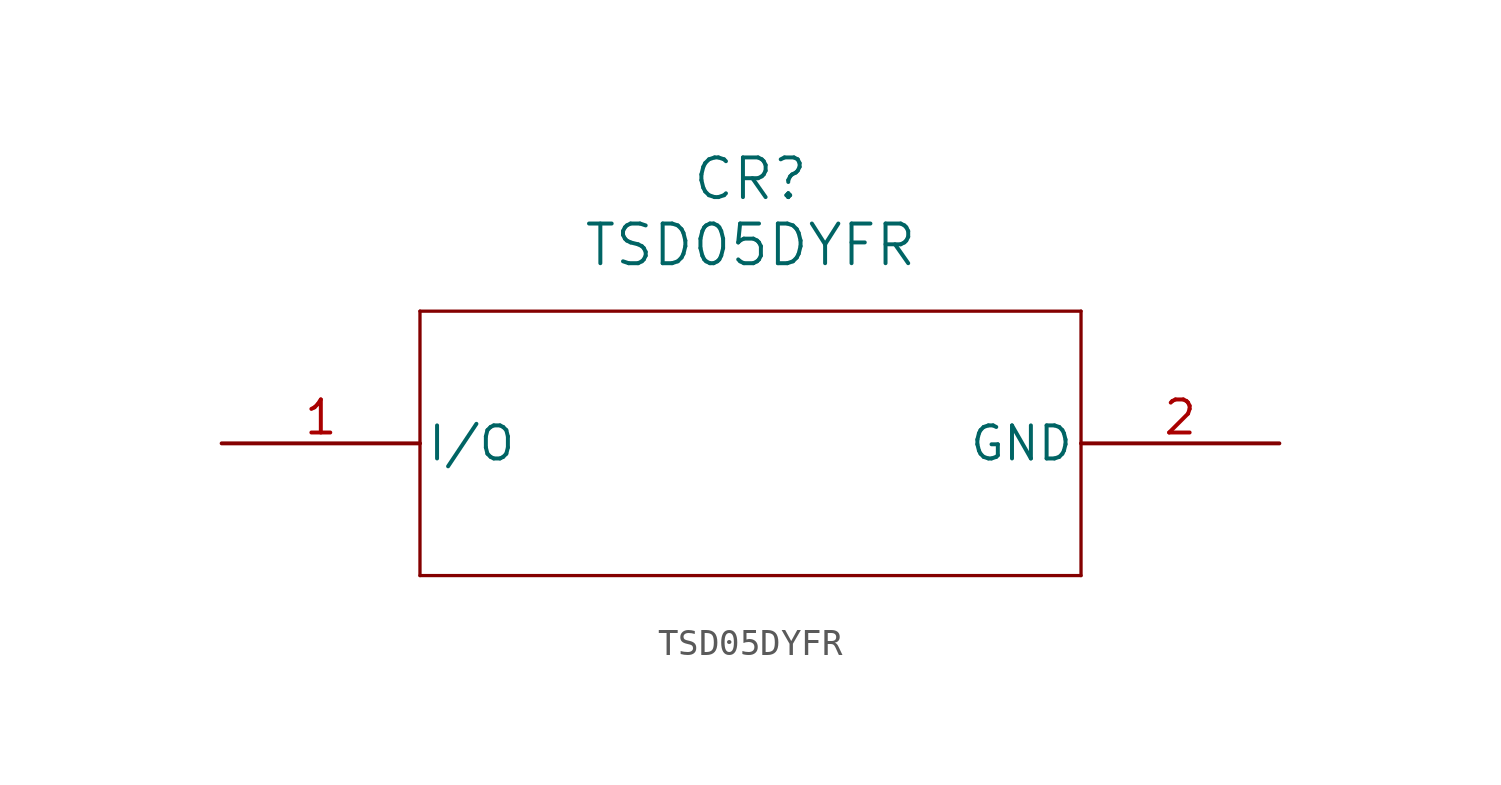
<source format=kicad_sym>
(kicad_symbol_lib
  (version 20211014)
  (generator kicad_symbol_editor)
  (symbol "TSD05DYFR"
    (pin_names
      (offset 0.254))
    (property "Reference" "CR"
      (at 20.32 10.16 0)
      (effects (font (size 1.524 1.524))))
    (property "Value" "TSD05DYFR"
      (at 20.32 7.62 0)
      (effects (font (size 1.524 1.524))))
    (symbol "TSD05DYFR_0_1"
      (polyline (pts (xy 7.62 5.08) (xy 7.62 -5.08)) (stroke (width 0.127) (type default) (color 0 0 0 0)) (fill (type none)))
      (polyline (pts (xy 7.62 -5.08) (xy 33.02 -5.08)) (stroke (width 0.127) (type default) (color 0 0 0 0)) (fill (type none)))
      (polyline (pts (xy 33.02 -5.08) (xy 33.02 5.08)) (stroke (width 0.127) (type default) (color 0 0 0 0)) (fill (type none)))
      (polyline (pts (xy 33.02 5.08) (xy 7.62 5.08)) (stroke (width 0.127) (type default) (color 0 0 0 0)) (fill (type none)))
      (pin unspecified line (at 0 0 0) (length 7.62) (name "I/O" (effects (font (size 1.27 1.27)))) (number "1" (effects (font (size 1.27 1.27)))))
      (pin unspecified line (at 40.64 0 180) (length 7.62) (name "GND" (effects (font (size 1.27 1.27)))) (number "2" (effects (font (size 1.27 1.27))))))))
</source>
